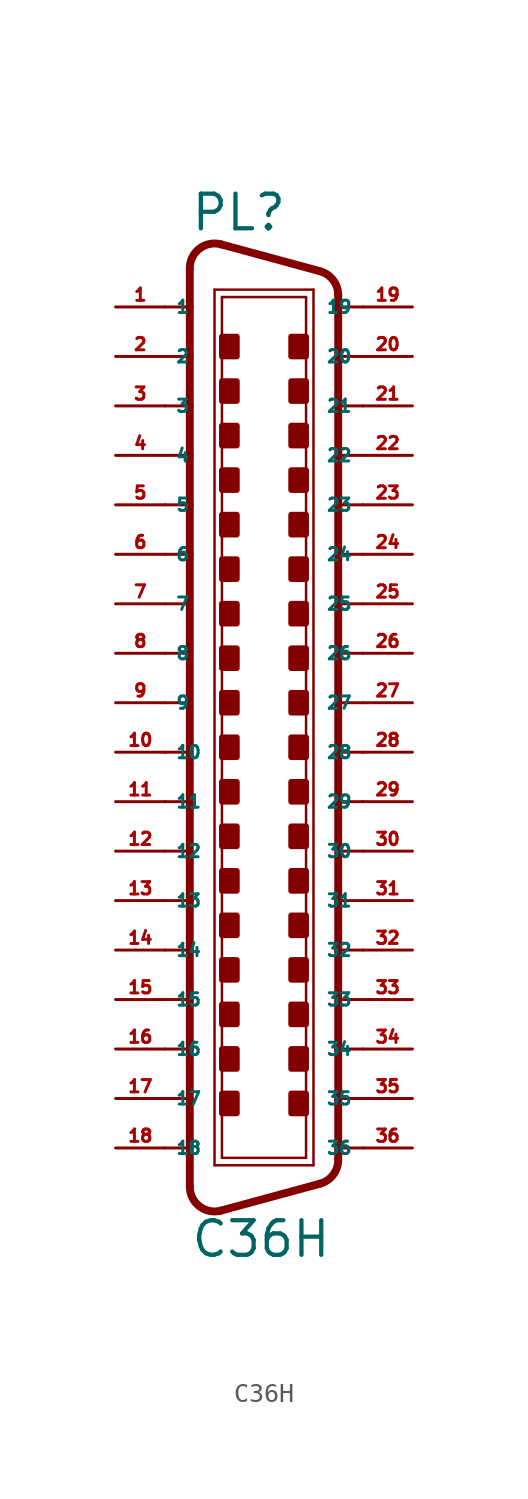
<source format=kicad_sym>
(kicad_symbol_lib
  (version 20220914)
  (generator Eagle2Kicad)
  (symbol "C36H"
    (property "Reference" "PL"
      (at -3.81 24.13 0)
      (effects (font (size 1.778 1.778) (thickness 0.22)) (justify left bottom)))
    (property "Value" "C36H"
      (at -3.81 -28.575 0)
      (effects (font (size 1.778 1.778) (thickness 0.22)) (justify left bottom)))
    (polyline
      (pts (xy -2.54 21.209) (xy 2.54 21.209))
      (stroke (width 0.127) (type default))
      (fill (type none)))
    (polyline
      (pts (xy -2.54 -23.749) (xy 2.54 -23.749))
      (stroke (width 0.127) (type default))
      (fill (type none)))
    (polyline
      (pts (xy -2.159 20.828) (xy 2.159 20.828))
      (stroke (width 0.127) (type default))
      (fill (type none)))
    (polyline
      (pts (xy 2.159 -23.368) (xy -2.159 -23.368))
      (stroke (width 0.127) (type default))
      (fill (type none)))
    (polyline
      (pts (xy 2.873 22.155) (xy -2.207 23.535))
      (stroke (width 0.406) (type default))
      (fill (type none)))
    (polyline
      (pts (xy 2.873 -24.695) (xy -2.207 -26.075))
      (stroke (width 0.406) (type default))
      (fill (type none)))
    (polyline
      (pts (xy -2.54 -23.749) (xy -2.54 21.209))
      (stroke (width 0.127) (type default))
      (fill (type none)))
    (polyline
      (pts (xy -3.81 22.264) (xy -3.81 20.32))
      (stroke (width 0.406) (type default))
      (fill (type none)))
    (polyline
      (pts (xy -3.81 20.32) (xy -3.81 17.78))
      (stroke (width 0.406) (type default))
      (fill (type none)))
    (polyline
      (pts (xy -3.81 17.78) (xy -3.81 15.24))
      (stroke (width 0.406) (type default))
      (fill (type none)))
    (polyline
      (pts (xy -3.81 15.24) (xy -3.81 12.7))
      (stroke (width 0.406) (type default))
      (fill (type none)))
    (polyline
      (pts (xy -3.81 12.7) (xy -3.81 10.16))
      (stroke (width 0.406) (type default))
      (fill (type none)))
    (polyline
      (pts (xy -3.81 10.16) (xy -3.81 7.62))
      (stroke (width 0.406) (type default))
      (fill (type none)))
    (polyline
      (pts (xy -3.81 7.62) (xy -3.81 -10.16))
      (stroke (width 0.406) (type default))
      (fill (type none)))
    (polyline
      (pts (xy -3.81 -10.16) (xy -3.81 -12.7))
      (stroke (width 0.406) (type default))
      (fill (type none)))
    (polyline
      (pts (xy -3.81 -12.7) (xy -3.81 -15.24))
      (stroke (width 0.406) (type default))
      (fill (type none)))
    (polyline
      (pts (xy -3.81 -15.24) (xy -3.81 -17.78))
      (stroke (width 0.406) (type default))
      (fill (type none)))
    (polyline
      (pts (xy -3.81 -17.78) (xy -3.81 -20.32))
      (stroke (width 0.406) (type default))
      (fill (type none)))
    (polyline
      (pts (xy -3.81 -20.32) (xy -3.81 -22.86))
      (stroke (width 0.406) (type default))
      (fill (type none)))
    (polyline
      (pts (xy -3.81 -22.86) (xy -3.81 -24.85))
      (stroke (width 0.406) (type default))
      (fill (type none)))
    (arc
      (start -3.81 -24.8498)
      (mid -3.311 -25.859)
      (end -2.207 -26.0754)
      (stroke (width 0.4064) (type default))
      (fill (type none)))
    (arc
      (start -2.207 23.5353)
      (mid -3.311 23.319)
      (end -3.81 22.3098)
      (stroke (width 0.4064) (type default))
      (fill (type none)))
    (polyline
      (pts (xy -2.159 -23.368) (xy -2.159 20.828))
      (stroke (width 0.127) (type default))
      (fill (type none)))
    (polyline
      (pts (xy 2.54 -23.749) (xy 2.54 21.209))
      (stroke (width 0.127) (type default))
      (fill (type none)))
    (polyline
      (pts (xy 3.81 -23.424) (xy 3.81 -22.86))
      (stroke (width 0.406) (type default))
      (fill (type none)))
    (polyline
      (pts (xy 3.81 -22.86) (xy 3.81 -20.32))
      (stroke (width 0.406) (type default))
      (fill (type none)))
    (polyline
      (pts (xy 3.81 -20.32) (xy 3.81 -17.78))
      (stroke (width 0.406) (type default))
      (fill (type none)))
    (polyline
      (pts (xy 3.81 -17.78) (xy 3.81 -15.24))
      (stroke (width 0.406) (type default))
      (fill (type none)))
    (polyline
      (pts (xy 3.81 -15.24) (xy 3.81 -12.7))
      (stroke (width 0.406) (type default))
      (fill (type none)))
    (polyline
      (pts (xy 3.81 -12.7) (xy 3.81 -10.16))
      (stroke (width 0.406) (type default))
      (fill (type none)))
    (polyline
      (pts (xy 3.81 -10.16) (xy 3.81 7.62))
      (stroke (width 0.406) (type default))
      (fill (type none)))
    (polyline
      (pts (xy 3.81 7.62) (xy 3.81 10.16))
      (stroke (width 0.406) (type default))
      (fill (type none)))
    (polyline
      (pts (xy 3.81 10.16) (xy 3.81 12.7))
      (stroke (width 0.406) (type default))
      (fill (type none)))
    (polyline
      (pts (xy 3.81 12.7) (xy 3.81 15.24))
      (stroke (width 0.406) (type default))
      (fill (type none)))
    (polyline
      (pts (xy 3.81 15.24) (xy 3.81 17.78))
      (stroke (width 0.406) (type default))
      (fill (type none)))
    (polyline
      (pts (xy 3.81 17.78) (xy 3.81 20.32))
      (stroke (width 0.406) (type default))
      (fill (type none)))
    (polyline
      (pts (xy 3.81 20.32) (xy 3.81 20.93))
      (stroke (width 0.406) (type default))
      (fill (type none)))
    (arc
      (start 2.873 -24.6951)
      (mid 3.549 -24.241)
      (end 3.81 -23.4696)
      (stroke (width 0.4064) (type default))
      (fill (type none)))
    (polyline
      (pts (xy 2.159 20.828) (xy 2.159 -23.368))
      (stroke (width 0.127) (type default))
      (fill (type none)))
    (arc
      (start 3.81 20.9296)
      (mid 3.549 21.701)
      (end 2.873 22.1552)
      (stroke (width 0.4064) (type default))
      (fill (type none)))
    (polyline
      (pts (xy -5.08 20.32) (xy -3.81 20.32))
      (stroke (width 0.152) (type default))
      (fill (type none)))
    (polyline
      (pts (xy -5.08 17.78) (xy -3.81 17.78))
      (stroke (width 0.152) (type default))
      (fill (type none)))
    (polyline
      (pts (xy -5.08 15.24) (xy -3.81 15.24))
      (stroke (width 0.152) (type default))
      (fill (type none)))
    (polyline
      (pts (xy -5.08 -15.24) (xy -3.81 -15.24))
      (stroke (width 0.152) (type default))
      (fill (type none)))
    (polyline
      (pts (xy -5.08 -17.78) (xy -3.81 -17.78))
      (stroke (width 0.152) (type default))
      (fill (type none)))
    (polyline
      (pts (xy -5.08 -20.32) (xy -3.81 -20.32))
      (stroke (width 0.152) (type default))
      (fill (type none)))
    (polyline
      (pts (xy -5.08 -22.86) (xy -3.81 -22.86))
      (stroke (width 0.152) (type default))
      (fill (type none)))
    (polyline
      (pts (xy 5.08 -22.86) (xy 3.81 -22.86))
      (stroke (width 0.152) (type default))
      (fill (type none)))
    (polyline
      (pts (xy 5.08 -20.32) (xy 3.81 -20.32))
      (stroke (width 0.152) (type default))
      (fill (type none)))
    (polyline
      (pts (xy 5.08 -17.78) (xy 3.81 -17.78))
      (stroke (width 0.152) (type default))
      (fill (type none)))
    (polyline
      (pts (xy 5.08 -15.24) (xy 3.81 -15.24))
      (stroke (width 0.152) (type default))
      (fill (type none)))
    (polyline
      (pts (xy 5.08 15.24) (xy 3.81 15.24))
      (stroke (width 0.152) (type default))
      (fill (type none)))
    (polyline
      (pts (xy 5.08 17.78) (xy 3.81 17.78))
      (stroke (width 0.152) (type default))
      (fill (type none)))
    (polyline
      (pts (xy 5.08 20.32) (xy 3.81 20.32))
      (stroke (width 0.152) (type default))
      (fill (type none)))
    (polyline
      (pts (xy 5.08 12.7) (xy 3.81 12.7))
      (stroke (width 0.152) (type default))
      (fill (type none)))
    (polyline
      (pts (xy 5.08 10.16) (xy 3.81 10.16))
      (stroke (width 0.152) (type default))
      (fill (type none)))
    (polyline
      (pts (xy 5.08 7.62) (xy 3.81 7.62))
      (stroke (width 0.152) (type default))
      (fill (type none)))
    (polyline
      (pts (xy 5.08 -10.16) (xy 3.81 -10.16))
      (stroke (width 0.152) (type default))
      (fill (type none)))
    (polyline
      (pts (xy 5.08 -12.7) (xy 3.81 -12.7))
      (stroke (width 0.152) (type default))
      (fill (type none)))
    (polyline
      (pts (xy -3.81 12.7) (xy -5.08 12.7))
      (stroke (width 0.152) (type default))
      (fill (type none)))
    (polyline
      (pts (xy -3.81 10.16) (xy -5.08 10.16))
      (stroke (width 0.152) (type default))
      (fill (type none)))
    (polyline
      (pts (xy -3.81 7.62) (xy -5.08 7.62))
      (stroke (width 0.152) (type default))
      (fill (type none)))
    (polyline
      (pts (xy -3.81 -10.16) (xy -5.08 -10.16))
      (stroke (width 0.152) (type default))
      (fill (type none)))
    (polyline
      (pts (xy -3.81 -12.7) (xy -5.08 -12.7))
      (stroke (width 0.152) (type default))
      (fill (type none)))
    (polyline
      (pts (xy -5.08 0) (xy -3.81 0))
      (stroke (width 0.152) (type default))
      (fill (type none)))
    (polyline
      (pts (xy -5.08 -2.54) (xy -3.81 -2.54))
      (stroke (width 0.152) (type default))
      (fill (type none)))
    (polyline
      (pts (xy -5.08 -5.08) (xy -3.81 -5.08))
      (stroke (width 0.152) (type default))
      (fill (type none)))
    (polyline
      (pts (xy -5.08 -7.62) (xy -3.81 -7.62))
      (stroke (width 0.152) (type default))
      (fill (type none)))
    (polyline
      (pts (xy -3.81 5.08) (xy -5.08 5.08))
      (stroke (width 0.152) (type default))
      (fill (type none)))
    (polyline
      (pts (xy -3.81 2.54) (xy -5.08 2.54))
      (stroke (width 0.152) (type default))
      (fill (type none)))
    (polyline
      (pts (xy 5.08 -2.54) (xy 3.81 -2.54))
      (stroke (width 0.152) (type default))
      (fill (type none)))
    (polyline
      (pts (xy 5.08 0) (xy 3.81 0))
      (stroke (width 0.152) (type default))
      (fill (type none)))
    (polyline
      (pts (xy 5.08 2.54) (xy 3.81 2.54))
      (stroke (width 0.152) (type default))
      (fill (type none)))
    (polyline
      (pts (xy 5.08 5.08) (xy 3.81 5.08))
      (stroke (width 0.152) (type default))
      (fill (type none)))
    (polyline
      (pts (xy 3.81 -7.62) (xy 5.08 -7.62))
      (stroke (width 0.152) (type default))
      (fill (type none)))
    (polyline
      (pts (xy 3.81 -5.08) (xy 5.08 -5.08))
      (stroke (width 0.152) (type default))
      (fill (type none)))
    (rectangle
      (start -2.159 17.78)
      (end -1.397 18.796)
      (stroke (width 0.3) (type default))
      (fill (type outline)))
    (rectangle
      (start -2.159 15.494)
      (end -1.397 16.51)
      (stroke (width 0.3) (type default))
      (fill (type outline)))
    (rectangle
      (start 1.397 17.78)
      (end 2.159 18.796)
      (stroke (width 0.3) (type default))
      (fill (type outline)))
    (rectangle
      (start 1.397 15.494)
      (end 2.159 16.51)
      (stroke (width 0.3) (type default))
      (fill (type outline)))
    (rectangle
      (start -2.159 13.208)
      (end -1.397 14.224)
      (stroke (width 0.3) (type default))
      (fill (type outline)))
    (rectangle
      (start -2.159 10.922)
      (end -1.397 11.938)
      (stroke (width 0.3) (type default))
      (fill (type outline)))
    (rectangle
      (start 1.397 13.208)
      (end 2.159 14.224)
      (stroke (width 0.3) (type default))
      (fill (type outline)))
    (rectangle
      (start 1.397 10.922)
      (end 2.159 11.938)
      (stroke (width 0.3) (type default))
      (fill (type outline)))
    (rectangle
      (start -2.159 8.636)
      (end -1.397 9.652)
      (stroke (width 0.3) (type default))
      (fill (type outline)))
    (rectangle
      (start -2.159 -14.224)
      (end -1.397 -13.208)
      (stroke (width 0.3) (type default))
      (fill (type outline)))
    (rectangle
      (start 1.397 -14.224)
      (end 2.159 -13.208)
      (stroke (width 0.3) (type default))
      (fill (type outline)))
    (rectangle
      (start 1.397 -16.51)
      (end 2.159 -15.494)
      (stroke (width 0.3) (type default))
      (fill (type outline)))
    (rectangle
      (start -2.159 -16.51)
      (end -1.397 -15.494)
      (stroke (width 0.3) (type default))
      (fill (type outline)))
    (rectangle
      (start -2.159 -18.796)
      (end -1.397 -17.78)
      (stroke (width 0.3) (type default))
      (fill (type outline)))
    (rectangle
      (start 1.397 -11.938)
      (end 2.159 -10.922)
      (stroke (width 0.3) (type default))
      (fill (type outline)))
    (rectangle
      (start 1.397 -18.796)
      (end 2.159 -17.78)
      (stroke (width 0.3) (type default))
      (fill (type outline)))
    (rectangle
      (start -2.159 -21.082)
      (end -1.397 -20.066)
      (stroke (width 0.3) (type default))
      (fill (type outline)))
    (rectangle
      (start 1.397 -21.082)
      (end 2.159 -20.066)
      (stroke (width 0.3) (type default))
      (fill (type outline)))
    (rectangle
      (start -2.159 6.35)
      (end -1.397 7.366)
      (stroke (width 0.3) (type default))
      (fill (type outline)))
    (rectangle
      (start -2.159 -9.652)
      (end -1.397 -8.636)
      (stroke (width 0.3) (type default))
      (fill (type outline)))
    (rectangle
      (start -2.159 -11.938)
      (end -1.397 -10.922)
      (stroke (width 0.3) (type default))
      (fill (type outline)))
    (rectangle
      (start 1.397 -9.652)
      (end 2.159 -8.636)
      (stroke (width 0.3) (type default))
      (fill (type outline)))
    (rectangle
      (start 1.397 6.35)
      (end 2.159 7.366)
      (stroke (width 0.3) (type default))
      (fill (type outline)))
    (rectangle
      (start 1.397 8.636)
      (end 2.159 9.652)
      (stroke (width 0.3) (type default))
      (fill (type outline)))
    (rectangle
      (start -2.159 4.064)
      (end -1.397 5.08)
      (stroke (width 0.3) (type default))
      (fill (type outline)))
    (rectangle
      (start -2.159 1.778)
      (end -1.397 2.794)
      (stroke (width 0.3) (type default))
      (fill (type outline)))
    (rectangle
      (start -2.159 -0.508)
      (end -1.397 0.508)
      (stroke (width 0.3) (type default))
      (fill (type outline)))
    (rectangle
      (start -2.159 -2.794)
      (end -1.397 -1.778)
      (stroke (width 0.3) (type default))
      (fill (type outline)))
    (rectangle
      (start -2.159 -5.08)
      (end -1.397 -4.064)
      (stroke (width 0.3) (type default))
      (fill (type outline)))
    (rectangle
      (start -2.159 -7.366)
      (end -1.397 -6.35)
      (stroke (width 0.3) (type default))
      (fill (type outline)))
    (rectangle
      (start 1.397 4.064)
      (end 2.159 5.08)
      (stroke (width 0.3) (type default))
      (fill (type outline)))
    (rectangle
      (start 1.397 1.778)
      (end 2.159 2.794)
      (stroke (width 0.3) (type default))
      (fill (type outline)))
    (rectangle
      (start 1.397 -0.508)
      (end 2.159 0.508)
      (stroke (width 0.3) (type default))
      (fill (type outline)))
    (rectangle
      (start 1.397 -2.794)
      (end 2.159 -1.778)
      (stroke (width 0.3) (type default))
      (fill (type outline)))
    (rectangle
      (start 1.397 -5.08)
      (end 2.159 -4.064)
      (stroke (width 0.3) (type default))
      (fill (type outline)))
    (rectangle
      (start 1.397 -7.366)
      (end 2.159 -6.35)
      (stroke (width 0.3) (type default))
      (fill (type outline)))
    (pin passive line
      (at -7.62 20.32 0)
      (length 2.54)
      (name "1" (effects (font (size 0.635 0.635) (thickness 0.08)) (justify left bottom)))
      (number "1" (effects (font (size 0.635 0.635) (thickness 0.08)) (justify left bottom))))
    (pin passive line
      (at -7.62 17.78 0)
      (length 2.54)
      (name "2" (effects (font (size 0.635 0.635) (thickness 0.08)) (justify left bottom)))
      (number "2" (effects (font (size 0.635 0.635) (thickness 0.08)) (justify left bottom))))
    (pin passive line
      (at -7.62 15.24 0)
      (length 2.54)
      (name "3" (effects (font (size 0.635 0.635) (thickness 0.08)) (justify left bottom)))
      (number "3" (effects (font (size 0.635 0.635) (thickness 0.08)) (justify left bottom))))
    (pin passive line
      (at -7.62 12.7 0)
      (length 2.54)
      (name "4" (effects (font (size 0.635 0.635) (thickness 0.08)) (justify left bottom)))
      (number "4" (effects (font (size 0.635 0.635) (thickness 0.08)) (justify left bottom))))
    (pin passive line
      (at -7.62 10.16 0)
      (length 2.54)
      (name "5" (effects (font (size 0.635 0.635) (thickness 0.08)) (justify left bottom)))
      (number "5" (effects (font (size 0.635 0.635) (thickness 0.08)) (justify left bottom))))
    (pin passive line
      (at -7.62 7.62 0)
      (length 2.54)
      (name "6" (effects (font (size 0.635 0.635) (thickness 0.08)) (justify left bottom)))
      (number "6" (effects (font (size 0.635 0.635) (thickness 0.08)) (justify left bottom))))
    (pin passive line
      (at -7.62 5.08 0)
      (length 2.54)
      (name "7" (effects (font (size 0.635 0.635) (thickness 0.08)) (justify left bottom)))
      (number "7" (effects (font (size 0.635 0.635) (thickness 0.08)) (justify left bottom))))
    (pin passive line
      (at -7.62 2.54 0)
      (length 2.54)
      (name "8" (effects (font (size 0.635 0.635) (thickness 0.08)) (justify left bottom)))
      (number "8" (effects (font (size 0.635 0.635) (thickness 0.08)) (justify left bottom))))
    (pin passive line
      (at -7.62 0 0)
      (length 2.54)
      (name "9" (effects (font (size 0.635 0.635) (thickness 0.08)) (justify left bottom)))
      (number "9" (effects (font (size 0.635 0.635) (thickness 0.08)) (justify left bottom))))
    (pin passive line
      (at -7.62 -2.54 0)
      (length 2.54)
      (name "10" (effects (font (size 0.635 0.635) (thickness 0.08)) (justify left bottom)))
      (number "10" (effects (font (size 0.635 0.635) (thickness 0.08)) (justify left bottom))))
    (pin passive line
      (at -7.62 -5.08 0)
      (length 2.54)
      (name "11" (effects (font (size 0.635 0.635) (thickness 0.08)) (justify left bottom)))
      (number "11" (effects (font (size 0.635 0.635) (thickness 0.08)) (justify left bottom))))
    (pin passive line
      (at -7.62 -7.62 0)
      (length 2.54)
      (name "12" (effects (font (size 0.635 0.635) (thickness 0.08)) (justify left bottom)))
      (number "12" (effects (font (size 0.635 0.635) (thickness 0.08)) (justify left bottom))))
    (pin passive line
      (at -7.62 -10.16 0)
      (length 2.54)
      (name "13" (effects (font (size 0.635 0.635) (thickness 0.08)) (justify left bottom)))
      (number "13" (effects (font (size 0.635 0.635) (thickness 0.08)) (justify left bottom))))
    (pin passive line
      (at -7.62 -12.7 0)
      (length 2.54)
      (name "14" (effects (font (size 0.635 0.635) (thickness 0.08)) (justify left bottom)))
      (number "14" (effects (font (size 0.635 0.635) (thickness 0.08)) (justify left bottom))))
    (pin passive line
      (at -7.62 -15.24 0)
      (length 2.54)
      (name "15" (effects (font (size 0.635 0.635) (thickness 0.08)) (justify left bottom)))
      (number "15" (effects (font (size 0.635 0.635) (thickness 0.08)) (justify left bottom))))
    (pin passive line
      (at -7.62 -17.78 0)
      (length 2.54)
      (name "16" (effects (font (size 0.635 0.635) (thickness 0.08)) (justify left bottom)))
      (number "16" (effects (font (size 0.635 0.635) (thickness 0.08)) (justify left bottom))))
    (pin passive line
      (at -7.62 -20.32 0)
      (length 2.54)
      (name "17" (effects (font (size 0.635 0.635) (thickness 0.08)) (justify left bottom)))
      (number "17" (effects (font (size 0.635 0.635) (thickness 0.08)) (justify left bottom))))
    (pin passive line
      (at -7.62 -22.86 0)
      (length 2.54)
      (name "18" (effects (font (size 0.635 0.635) (thickness 0.08)) (justify left bottom)))
      (number "18" (effects (font (size 0.635 0.635) (thickness 0.08)) (justify left bottom))))
    (pin passive line
      (at 7.62 20.32 180)
      (length 2.54)
      (name "19" (effects (font (size 0.635 0.635) (thickness 0.08)) (justify left bottom)))
      (number "19" (effects (font (size 0.635 0.635) (thickness 0.08)) (justify left bottom))))
    (pin passive line
      (at 7.62 17.78 180)
      (length 2.54)
      (name "20" (effects (font (size 0.635 0.635) (thickness 0.08)) (justify left bottom)))
      (number "20" (effects (font (size 0.635 0.635) (thickness 0.08)) (justify left bottom))))
    (pin passive line
      (at 7.62 15.24 180)
      (length 2.54)
      (name "21" (effects (font (size 0.635 0.635) (thickness 0.08)) (justify left bottom)))
      (number "21" (effects (font (size 0.635 0.635) (thickness 0.08)) (justify left bottom))))
    (pin passive line
      (at 7.62 12.7 180)
      (length 2.54)
      (name "22" (effects (font (size 0.635 0.635) (thickness 0.08)) (justify left bottom)))
      (number "22" (effects (font (size 0.635 0.635) (thickness 0.08)) (justify left bottom))))
    (pin passive line
      (at 7.62 10.16 180)
      (length 2.54)
      (name "23" (effects (font (size 0.635 0.635) (thickness 0.08)) (justify left bottom)))
      (number "23" (effects (font (size 0.635 0.635) (thickness 0.08)) (justify left bottom))))
    (pin passive line
      (at 7.62 7.62 180)
      (length 2.54)
      (name "24" (effects (font (size 0.635 0.635) (thickness 0.08)) (justify left bottom)))
      (number "24" (effects (font (size 0.635 0.635) (thickness 0.08)) (justify left bottom))))
    (pin passive line
      (at 7.62 5.08 180)
      (length 2.54)
      (name "25" (effects (font (size 0.635 0.635) (thickness 0.08)) (justify left bottom)))
      (number "25" (effects (font (size 0.635 0.635) (thickness 0.08)) (justify left bottom))))
    (pin passive line
      (at 7.62 2.54 180)
      (length 2.54)
      (name "26" (effects (font (size 0.635 0.635) (thickness 0.08)) (justify left bottom)))
      (number "26" (effects (font (size 0.635 0.635) (thickness 0.08)) (justify left bottom))))
    (pin passive line
      (at 7.62 0 180)
      (length 2.54)
      (name "27" (effects (font (size 0.635 0.635) (thickness 0.08)) (justify left bottom)))
      (number "27" (effects (font (size 0.635 0.635) (thickness 0.08)) (justify left bottom))))
    (pin passive line
      (at 7.62 -2.54 180)
      (length 2.54)
      (name "28" (effects (font (size 0.635 0.635) (thickness 0.08)) (justify left bottom)))
      (number "28" (effects (font (size 0.635 0.635) (thickness 0.08)) (justify left bottom))))
    (pin passive line
      (at 7.62 -5.08 180)
      (length 2.54)
      (name "29" (effects (font (size 0.635 0.635) (thickness 0.08)) (justify left bottom)))
      (number "29" (effects (font (size 0.635 0.635) (thickness 0.08)) (justify left bottom))))
    (pin passive line
      (at 7.62 -7.62 180)
      (length 2.54)
      (name "30" (effects (font (size 0.635 0.635) (thickness 0.08)) (justify left bottom)))
      (number "30" (effects (font (size 0.635 0.635) (thickness 0.08)) (justify left bottom))))
    (pin passive line
      (at 7.62 -10.16 180)
      (length 2.54)
      (name "31" (effects (font (size 0.635 0.635) (thickness 0.08)) (justify left bottom)))
      (number "31" (effects (font (size 0.635 0.635) (thickness 0.08)) (justify left bottom))))
    (pin passive line
      (at 7.62 -12.7 180)
      (length 2.54)
      (name "32" (effects (font (size 0.635 0.635) (thickness 0.08)) (justify left bottom)))
      (number "32" (effects (font (size 0.635 0.635) (thickness 0.08)) (justify left bottom))))
    (pin passive line
      (at 7.62 -15.24 180)
      (length 2.54)
      (name "33" (effects (font (size 0.635 0.635) (thickness 0.08)) (justify left bottom)))
      (number "33" (effects (font (size 0.635 0.635) (thickness 0.08)) (justify left bottom))))
    (pin passive line
      (at 7.62 -17.78 180)
      (length 2.54)
      (name "34" (effects (font (size 0.635 0.635) (thickness 0.08)) (justify left bottom)))
      (number "34" (effects (font (size 0.635 0.635) (thickness 0.08)) (justify left bottom))))
    (pin passive line
      (at 7.62 -20.32 180)
      (length 2.54)
      (name "35" (effects (font (size 0.635 0.635) (thickness 0.08)) (justify left bottom)))
      (number "35" (effects (font (size 0.635 0.635) (thickness 0.08)) (justify left bottom))))
    (pin passive line
      (at 7.62 -22.86 180)
      (length 2.54)
      (name "36" (effects (font (size 0.635 0.635) (thickness 0.08)) (justify left bottom)))
      (number "36" (effects (font (size 0.635 0.635) (thickness 0.08)) (justify left bottom))))))
</source>
